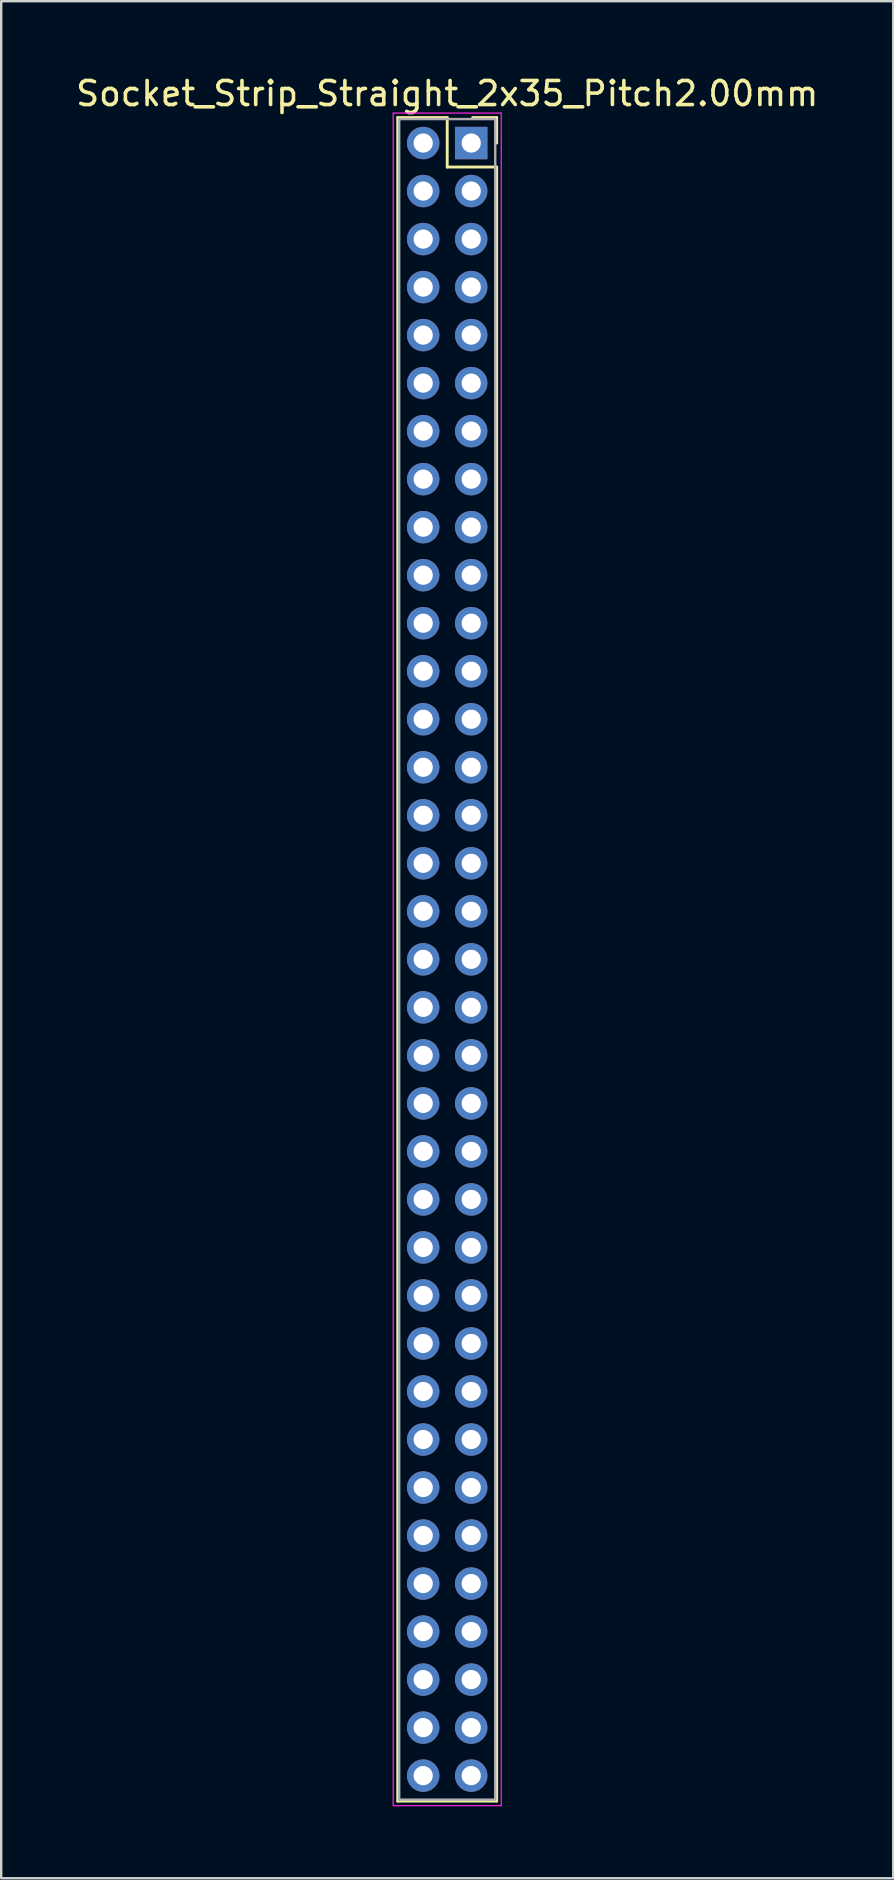
<source format=kicad_pcb>
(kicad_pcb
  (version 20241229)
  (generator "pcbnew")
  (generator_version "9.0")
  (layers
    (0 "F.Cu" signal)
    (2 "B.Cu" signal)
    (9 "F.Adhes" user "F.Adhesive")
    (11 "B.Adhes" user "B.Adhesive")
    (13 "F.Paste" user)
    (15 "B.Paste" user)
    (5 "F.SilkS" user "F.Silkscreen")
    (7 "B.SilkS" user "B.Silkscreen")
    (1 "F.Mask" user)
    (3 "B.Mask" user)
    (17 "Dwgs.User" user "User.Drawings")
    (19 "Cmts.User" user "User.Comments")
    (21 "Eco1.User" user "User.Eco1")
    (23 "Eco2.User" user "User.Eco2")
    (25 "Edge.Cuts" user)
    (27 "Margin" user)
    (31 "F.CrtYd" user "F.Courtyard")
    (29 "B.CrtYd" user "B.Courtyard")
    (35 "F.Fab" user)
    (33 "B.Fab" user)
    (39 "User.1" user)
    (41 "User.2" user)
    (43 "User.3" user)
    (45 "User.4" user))
  (footprint "Socket_Strip_Straight_2x35_Pitch2.00mm"
    (layer "F.Cu")
    (at 16.577 2.908)
    (property "Reference" "Socket_Strip_Straight_2x35_Pitch2.00mm" (at -1 -2.06 0) (layer "F.SilkS") (effects (font (size 1 1) (thickness 0.15))))
    (attr through_hole)
    (fp_line (start -3.06 -1.06) (end -1 -1.06) (stroke (width 0.12) (type solid)) (layer "F.SilkS"))
    (fp_line (start -3.06 69.06) (end -3.06 -1.06) (stroke (width 0.12) (type solid)) (layer "F.SilkS"))
    (fp_line (start -1 -1.06) (end -1 1) (stroke (width 0.12) (type solid)) (layer "F.SilkS"))
    (fp_line (start -1 1) (end 1.06 1) (stroke (width 0.12) (type solid)) (layer "F.SilkS"))
    (fp_line (start 1.06 -1.06) (end 0.06 -1.06) (stroke (width 0.12) (type solid)) (layer "F.SilkS"))
    (fp_line (start 1.06 0) (end 1.06 -1.06) (stroke (width 0.12) (type solid)) (layer "F.SilkS"))
    (fp_line (start 1.06 1) (end 1.06 69.06) (stroke (width 0.12) (type solid)) (layer "F.SilkS"))
    (fp_line (start 1.06 69.06) (end -3.06 69.06) (stroke (width 0.12) (type solid)) (layer "F.SilkS"))
    (fp_line (start -3.25 -1.25) (end -3.25 69.25) (stroke (width 0.05) (type solid)) (layer "F.CrtYd"))
    (fp_line (start -3.25 69.25) (end 1.25 69.25) (stroke (width 0.05) (type solid)) (layer "F.CrtYd"))
    (fp_line (start 1.25 -1.25) (end -3.25 -1.25) (stroke (width 0.05) (type solid)) (layer "F.CrtYd"))
    (fp_line (start 1.25 69.25) (end 1.25 -1.25) (stroke (width 0.05) (type solid)) (layer "F.CrtYd"))
    (fp_line (start -3 -1) (end -3 69) (stroke (width 0.1) (type solid)) (layer "F.Fab"))
    (fp_line (start -3 69) (end 1 69) (stroke (width 0.1) (type solid)) (layer "F.Fab"))
    (fp_line (start 1 -1) (end -3 -1) (stroke (width 0.1) (type solid)) (layer "F.Fab"))
    (fp_line (start 1 69) (end 1 -1) (stroke (width 0.1) (type solid)) (layer "F.Fab"))
    (pad "1" thru_hole rect (at 0 0) (size 1.35 1.35) (drill 0.8) (layers "*.Cu" "*.Mask"))
    (pad "2" thru_hole oval (at -2 0) (size 1.35 1.35) (drill 0.8) (layers "*.Cu" "*.Mask"))
    (pad "3" thru_hole oval (at 0 2) (size 1.35 1.35) (drill 0.8) (layers "*.Cu" "*.Mask"))
    (pad "4" thru_hole oval (at -2 2) (size 1.35 1.35) (drill 0.8) (layers "*.Cu" "*.Mask"))
    (pad "5" thru_hole oval (at 0 4) (size 1.35 1.35) (drill 0.8) (layers "*.Cu" "*.Mask"))
    (pad "6" thru_hole oval (at -2 4) (size 1.35 1.35) (drill 0.8) (layers "*.Cu" "*.Mask"))
    (pad "7" thru_hole oval (at 0 6) (size 1.35 1.35) (drill 0.8) (layers "*.Cu" "*.Mask"))
    (pad "8" thru_hole oval (at -2 6) (size 1.35 1.35) (drill 0.8) (layers "*.Cu" "*.Mask"))
    (pad "9" thru_hole oval (at 0 8) (size 1.35 1.35) (drill 0.8) (layers "*.Cu" "*.Mask"))
    (pad "10" thru_hole oval (at -2 8) (size 1.35 1.35) (drill 0.8) (layers "*.Cu" "*.Mask"))
    (pad "11" thru_hole oval (at 0 10) (size 1.35 1.35) (drill 0.8) (layers "*.Cu" "*.Mask"))
    (pad "12" thru_hole oval (at -2 10) (size 1.35 1.35) (drill 0.8) (layers "*.Cu" "*.Mask"))
    (pad "13" thru_hole oval (at 0 12) (size 1.35 1.35) (drill 0.8) (layers "*.Cu" "*.Mask"))
    (pad "14" thru_hole oval (at -2 12) (size 1.35 1.35) (drill 0.8) (layers "*.Cu" "*.Mask"))
    (pad "15" thru_hole oval (at 0 14) (size 1.35 1.35) (drill 0.8) (layers "*.Cu" "*.Mask"))
    (pad "16" thru_hole oval (at -2 14) (size 1.35 1.35) (drill 0.8) (layers "*.Cu" "*.Mask"))
    (pad "17" thru_hole oval (at 0 16) (size 1.35 1.35) (drill 0.8) (layers "*.Cu" "*.Mask"))
    (pad "18" thru_hole oval (at -2 16) (size 1.35 1.35) (drill 0.8) (layers "*.Cu" "*.Mask"))
    (pad "19" thru_hole oval (at 0 18) (size 1.35 1.35) (drill 0.8) (layers "*.Cu" "*.Mask"))
    (pad "20" thru_hole oval (at -2 18) (size 1.35 1.35) (drill 0.8) (layers "*.Cu" "*.Mask"))
    (pad "21" thru_hole oval (at 0 20) (size 1.35 1.35) (drill 0.8) (layers "*.Cu" "*.Mask"))
    (pad "22" thru_hole oval (at -2 20) (size 1.35 1.35) (drill 0.8) (layers "*.Cu" "*.Mask"))
    (pad "23" thru_hole oval (at 0 22) (size 1.35 1.35) (drill 0.8) (layers "*.Cu" "*.Mask"))
    (pad "24" thru_hole oval (at -2 22) (size 1.35 1.35) (drill 0.8) (layers "*.Cu" "*.Mask"))
    (pad "25" thru_hole oval (at 0 24) (size 1.35 1.35) (drill 0.8) (layers "*.Cu" "*.Mask"))
    (pad "26" thru_hole oval (at -2 24) (size 1.35 1.35) (drill 0.8) (layers "*.Cu" "*.Mask"))
    (pad "27" thru_hole oval (at 0 26) (size 1.35 1.35) (drill 0.8) (layers "*.Cu" "*.Mask"))
    (pad "28" thru_hole oval (at -2 26) (size 1.35 1.35) (drill 0.8) (layers "*.Cu" "*.Mask"))
    (pad "29" thru_hole oval (at 0 28) (size 1.35 1.35) (drill 0.8) (layers "*.Cu" "*.Mask"))
    (pad "30" thru_hole oval (at -2 28) (size 1.35 1.35) (drill 0.8) (layers "*.Cu" "*.Mask"))
    (pad "31" thru_hole oval (at 0 30) (size 1.35 1.35) (drill 0.8) (layers "*.Cu" "*.Mask"))
    (pad "32" thru_hole oval (at -2 30) (size 1.35 1.35) (drill 0.8) (layers "*.Cu" "*.Mask"))
    (pad "33" thru_hole oval (at 0 32) (size 1.35 1.35) (drill 0.8) (layers "*.Cu" "*.Mask"))
    (pad "34" thru_hole oval (at -2 32) (size 1.35 1.35) (drill 0.8) (layers "*.Cu" "*.Mask"))
    (pad "35" thru_hole oval (at 0 34) (size 1.35 1.35) (drill 0.8) (layers "*.Cu" "*.Mask"))
    (pad "36" thru_hole oval (at -2 34) (size 1.35 1.35) (drill 0.8) (layers "*.Cu" "*.Mask"))
    (pad "37" thru_hole oval (at 0 36) (size 1.35 1.35) (drill 0.8) (layers "*.Cu" "*.Mask"))
    (pad "38" thru_hole oval (at -2 36) (size 1.35 1.35) (drill 0.8) (layers "*.Cu" "*.Mask"))
    (pad "39" thru_hole oval (at 0 38) (size 1.35 1.35) (drill 0.8) (layers "*.Cu" "*.Mask"))
    (pad "40" thru_hole oval (at -2 38) (size 1.35 1.35) (drill 0.8) (layers "*.Cu" "*.Mask"))
    (pad "41" thru_hole oval (at 0 40) (size 1.35 1.35) (drill 0.8) (layers "*.Cu" "*.Mask"))
    (pad "42" thru_hole oval (at -2 40) (size 1.35 1.35) (drill 0.8) (layers "*.Cu" "*.Mask"))
    (pad "43" thru_hole oval (at 0 42) (size 1.35 1.35) (drill 0.8) (layers "*.Cu" "*.Mask"))
    (pad "44" thru_hole oval (at -2 42) (size 1.35 1.35) (drill 0.8) (layers "*.Cu" "*.Mask"))
    (pad "45" thru_hole oval (at 0 44) (size 1.35 1.35) (drill 0.8) (layers "*.Cu" "*.Mask"))
    (pad "46" thru_hole oval (at -2 44) (size 1.35 1.35) (drill 0.8) (layers "*.Cu" "*.Mask"))
    (pad "47" thru_hole oval (at 0 46) (size 1.35 1.35) (drill 0.8) (layers "*.Cu" "*.Mask"))
    (pad "48" thru_hole oval (at -2 46) (size 1.35 1.35) (drill 0.8) (layers "*.Cu" "*.Mask"))
    (pad "49" thru_hole oval (at 0 48) (size 1.35 1.35) (drill 0.8) (layers "*.Cu" "*.Mask"))
    (pad "50" thru_hole oval (at -2 48) (size 1.35 1.35) (drill 0.8) (layers "*.Cu" "*.Mask"))
    (pad "51" thru_hole oval (at 0 50) (size 1.35 1.35) (drill 0.8) (layers "*.Cu" "*.Mask"))
    (pad "52" thru_hole oval (at -2 50) (size 1.35 1.35) (drill 0.8) (layers "*.Cu" "*.Mask"))
    (pad "53" thru_hole oval (at 0 52) (size 1.35 1.35) (drill 0.8) (layers "*.Cu" "*.Mask"))
    (pad "54" thru_hole oval (at -2 52) (size 1.35 1.35) (drill 0.8) (layers "*.Cu" "*.Mask"))
    (pad "55" thru_hole oval (at 0 54) (size 1.35 1.35) (drill 0.8) (layers "*.Cu" "*.Mask"))
    (pad "56" thru_hole oval (at -2 54) (size 1.35 1.35) (drill 0.8) (layers "*.Cu" "*.Mask"))
    (pad "57" thru_hole oval (at 0 56) (size 1.35 1.35) (drill 0.8) (layers "*.Cu" "*.Mask"))
    (pad "58" thru_hole oval (at -2 56) (size 1.35 1.35) (drill 0.8) (layers "*.Cu" "*.Mask"))
    (pad "59" thru_hole oval (at 0 58) (size 1.35 1.35) (drill 0.8) (layers "*.Cu" "*.Mask"))
    (pad "60" thru_hole oval (at -2 58) (size 1.35 1.35) (drill 0.8) (layers "*.Cu" "*.Mask"))
    (pad "61" thru_hole oval (at 0 60) (size 1.35 1.35) (drill 0.8) (layers "*.Cu" "*.Mask"))
    (pad "62" thru_hole oval (at -2 60) (size 1.35 1.35) (drill 0.8) (layers "*.Cu" "*.Mask"))
    (pad "63" thru_hole oval (at 0 62) (size 1.35 1.35) (drill 0.8) (layers "*.Cu" "*.Mask"))
    (pad "64" thru_hole oval (at -2 62) (size 1.35 1.35) (drill 0.8) (layers "*.Cu" "*.Mask"))
    (pad "65" thru_hole oval (at 0 64) (size 1.35 1.35) (drill 0.8) (layers "*.Cu" "*.Mask"))
    (pad "66" thru_hole oval (at -2 64) (size 1.35 1.35) (drill 0.8) (layers "*.Cu" "*.Mask"))
    (pad "67" thru_hole oval (at 0 66) (size 1.35 1.35) (drill 0.8) (layers "*.Cu" "*.Mask"))
    (pad "68" thru_hole oval (at -2 66) (size 1.35 1.35) (drill 0.8) (layers "*.Cu" "*.Mask"))
    (pad "69" thru_hole oval (at 0 68) (size 1.35 1.35) (drill 0.8) (layers "*.Cu" "*.Mask"))
    (pad "70" thru_hole oval (at -2 68) (size 1.35 1.35) (drill 0.8) (layers "*.Cu" "*.Mask")))
  (gr_rect
    (start -3 -3)
    (end 34.155 75.183)
    (stroke (width 0.1) (type default))
    (fill no)
    (layer "Edge.Cuts")))
</source>
